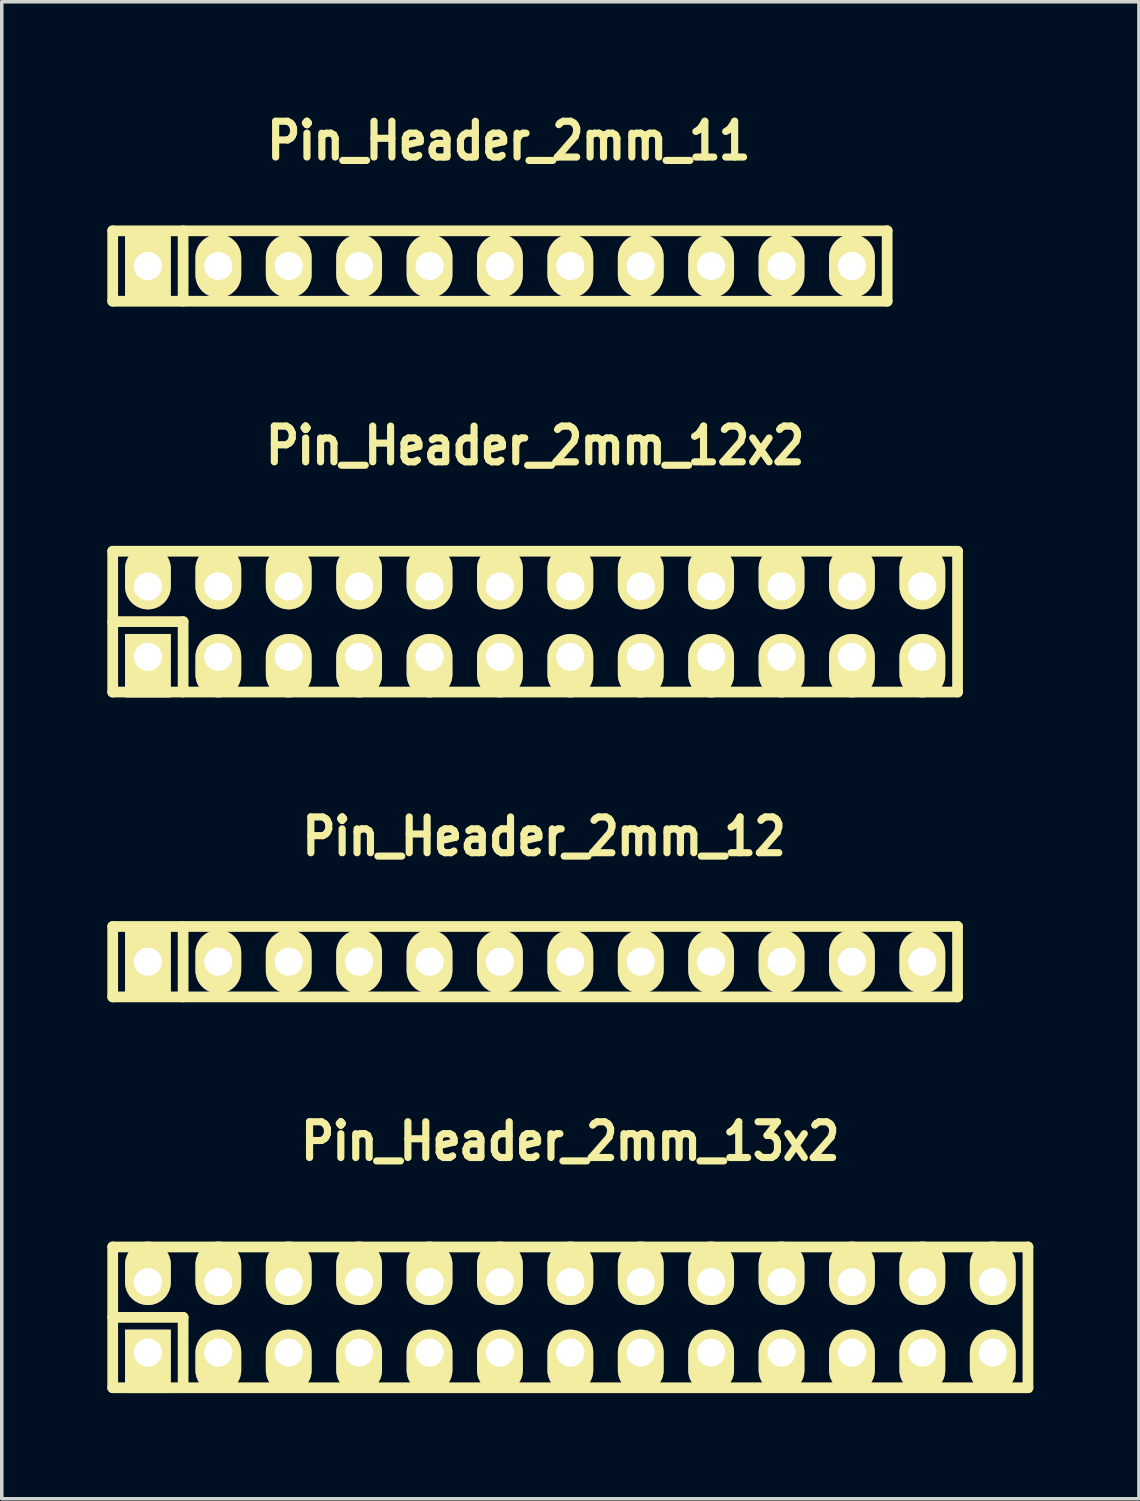
<source format=kicad_pcb>
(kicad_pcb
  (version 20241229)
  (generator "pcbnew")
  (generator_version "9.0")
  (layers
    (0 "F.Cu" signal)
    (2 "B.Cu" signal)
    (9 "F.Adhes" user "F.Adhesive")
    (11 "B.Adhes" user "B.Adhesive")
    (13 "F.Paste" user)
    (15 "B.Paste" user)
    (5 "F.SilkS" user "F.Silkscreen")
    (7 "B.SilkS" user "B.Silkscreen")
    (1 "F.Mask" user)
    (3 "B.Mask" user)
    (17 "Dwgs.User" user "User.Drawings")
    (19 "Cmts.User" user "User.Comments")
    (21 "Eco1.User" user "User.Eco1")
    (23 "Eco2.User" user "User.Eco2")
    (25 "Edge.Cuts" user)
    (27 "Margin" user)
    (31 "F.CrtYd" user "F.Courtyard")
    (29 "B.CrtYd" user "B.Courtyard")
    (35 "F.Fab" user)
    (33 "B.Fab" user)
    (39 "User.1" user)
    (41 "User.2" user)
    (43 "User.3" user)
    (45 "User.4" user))
  (footprint "Pin_Header_2mm_12x2"
    (layer "F.Cu")
    (at 12.152 14.61)
    (property "Reference" "Pin_Header_2mm_12x2" (at 0 -5 0) (layer "F.SilkS") (effects (font (size 1.016 0.889) (thickness 0.203))))
    (attr through_hole)
    (fp_line (start -12 -2) (end 12 -2) (stroke (width 0.305) (type solid)) (layer "F.SilkS"))
    (fp_line (start -12 0) (end -10 0) (stroke (width 0.305) (type solid)) (layer "F.SilkS"))
    (fp_line (start -12 2) (end -12 -2) (stroke (width 0.305) (type solid)) (layer "F.SilkS"))
    (fp_line (start -10 0) (end -10 2) (stroke (width 0.305) (type solid)) (layer "F.SilkS"))
    (fp_line (start 12 -2) (end 12 2) (stroke (width 0.305) (type solid)) (layer "F.SilkS"))
    (fp_line (start 12 2) (end -12 2) (stroke (width 0.305) (type solid)) (layer "F.SilkS"))
    (pad "1" thru_hole rect (at -11 1) (size 1.3 1.8) (drill 0.8 (offset 0 0.25)) (layers "*.Cu" "*.Mask" "F.SilkS"))
    (pad "2" thru_hole oval (at -11 -1) (size 1.3 1.8) (drill 0.8 (offset 0 -0.25)) (layers "*.Cu" "*.Mask" "F.SilkS"))
    (pad "3" thru_hole oval (at -9 1) (size 1.3 1.8) (drill 0.8 (offset 0 0.25)) (layers "*.Cu" "*.Mask" "F.SilkS"))
    (pad "4" thru_hole oval (at -9 -1) (size 1.3 1.8) (drill 0.8 (offset 0 -0.25)) (layers "*.Cu" "*.Mask" "F.SilkS"))
    (pad "5" thru_hole oval (at -7 1) (size 1.3 1.8) (drill 0.8 (offset 0 0.25)) (layers "*.Cu" "*.Mask" "F.SilkS"))
    (pad "6" thru_hole oval (at -7 -1) (size 1.3 1.8) (drill 0.8 (offset 0 -0.25)) (layers "*.Cu" "*.Mask" "F.SilkS"))
    (pad "7" thru_hole oval (at -5 1) (size 1.3 1.8) (drill 0.8 (offset 0 0.25)) (layers "*.Cu" "*.Mask" "F.SilkS"))
    (pad "8" thru_hole oval (at -5 -1) (size 1.3 1.8) (drill 0.8 (offset 0 -0.25)) (layers "*.Cu" "*.Mask" "F.SilkS"))
    (pad "9" thru_hole oval (at -3 1) (size 1.3 1.8) (drill 0.8 (offset 0 0.25)) (layers "*.Cu" "*.Mask" "F.SilkS"))
    (pad "10" thru_hole oval (at -3 -1) (size 1.3 1.8) (drill 0.8 (offset 0 -0.25)) (layers "*.Cu" "*.Mask" "F.SilkS"))
    (pad "11" thru_hole oval (at -1 1) (size 1.3 1.8) (drill 0.8 (offset 0 0.25)) (layers "*.Cu" "*.Mask" "F.SilkS"))
    (pad "12" thru_hole oval (at -1 -1) (size 1.3 1.8) (drill 0.8 (offset 0 -0.25)) (layers "*.Cu" "*.Mask" "F.SilkS"))
    (pad "13" thru_hole oval (at 1 1) (size 1.3 1.8) (drill 0.8 (offset 0 0.25)) (layers "*.Cu" "*.Mask" "F.SilkS"))
    (pad "14" thru_hole oval (at 1 -1) (size 1.3 1.8) (drill 0.8 (offset 0 -0.25)) (layers "*.Cu" "*.Mask" "F.SilkS"))
    (pad "15" thru_hole oval (at 3 1) (size 1.3 1.8) (drill 0.8 (offset 0 0.25)) (layers "*.Cu" "*.Mask" "F.SilkS"))
    (pad "16" thru_hole oval (at 3 -1) (size 1.3 1.8) (drill 0.8 (offset 0 -0.25)) (layers "*.Cu" "*.Mask" "F.SilkS"))
    (pad "17" thru_hole oval (at 5 1) (size 1.3 1.8) (drill 0.8 (offset 0 0.25)) (layers "*.Cu" "*.Mask" "F.SilkS"))
    (pad "18" thru_hole oval (at 5 -1) (size 1.3 1.8) (drill 0.8 (offset 0 -0.25)) (layers "*.Cu" "*.Mask" "F.SilkS"))
    (pad "19" thru_hole oval (at 7 1) (size 1.3 1.8) (drill 0.8 (offset 0 0.25)) (layers "*.Cu" "*.Mask" "F.SilkS"))
    (pad "20" thru_hole oval (at 7 -1) (size 1.3 1.8) (drill 0.8 (offset 0 -0.25)) (layers "*.Cu" "*.Mask" "F.SilkS"))
    (pad "21" thru_hole oval (at 9 1) (size 1.3 1.8) (drill 0.8 (offset 0 0.25)) (layers "*.Cu" "*.Mask" "F.SilkS"))
    (pad "22" thru_hole oval (at 9 -1) (size 1.3 1.8) (drill 0.8 (offset 0 -0.25)) (layers "*.Cu" "*.Mask" "F.SilkS"))
    (pad "23" thru_hole oval (at 11 1) (size 1.3 1.8) (drill 0.8 (offset 0 0.25)) (layers "*.Cu" "*.Mask" "F.SilkS"))
    (pad "24" thru_hole oval (at 11 -1) (size 1.3 1.8) (drill 0.8 (offset 0 -0.25)) (layers "*.Cu" "*.Mask" "F.SilkS")))
  (footprint "Pin_Header_2mm_12"
    (layer "F.Cu")
    (at 12.152 24.27)
    (property "Reference" "Pin_Header_2mm_12" (at 0.254 -3.556 0) (layer "F.SilkS") (effects (font (size 1.016 0.889) (thickness 0.203))))
    (attr through_hole)
    (fp_line (start -12 -1) (end 12 -1) (stroke (width 0.305) (type solid)) (layer "F.SilkS"))
    (fp_line (start -12 1) (end -12 -1) (stroke (width 0.305) (type solid)) (layer "F.SilkS"))
    (fp_line (start -10 -1) (end -10 1) (stroke (width 0.305) (type solid)) (layer "F.SilkS"))
    (fp_line (start 12 -1) (end 12 1) (stroke (width 0.305) (type solid)) (layer "F.SilkS"))
    (fp_line (start 12 1) (end -12 1) (stroke (width 0.305) (type solid)) (layer "F.SilkS"))
    (pad "1" thru_hole rect (at -11 0) (size 1.3 1.8) (drill 0.8) (layers "*.Cu" "*.Mask" "F.SilkS"))
    (pad "2" thru_hole oval (at -9 0) (size 1.3 1.8) (drill 0.8) (layers "*.Cu" "*.Mask" "F.SilkS"))
    (pad "3" thru_hole oval (at -7 0) (size 1.3 1.8) (drill 0.8) (layers "*.Cu" "*.Mask" "F.SilkS"))
    (pad "4" thru_hole oval (at -5 0) (size 1.3 1.8) (drill 0.8) (layers "*.Cu" "*.Mask" "F.SilkS"))
    (pad "5" thru_hole oval (at -3 0) (size 1.3 1.8) (drill 0.8) (layers "*.Cu" "*.Mask" "F.SilkS"))
    (pad "6" thru_hole oval (at -1 0) (size 1.3 1.8) (drill 0.8) (layers "*.Cu" "*.Mask" "F.SilkS"))
    (pad "7" thru_hole oval (at 1 0) (size 1.3 1.8) (drill 0.8) (layers "*.Cu" "*.Mask" "F.SilkS"))
    (pad "8" thru_hole oval (at 3 0) (size 1.3 1.8) (drill 0.8) (layers "*.Cu" "*.Mask" "F.SilkS"))
    (pad "9" thru_hole oval (at 5 0) (size 1.3 1.8) (drill 0.8) (layers "*.Cu" "*.Mask" "F.SilkS"))
    (pad "10" thru_hole oval (at 7 0) (size 1.3 1.8) (drill 0.8) (layers "*.Cu" "*.Mask" "F.SilkS"))
    (pad "11" thru_hole oval (at 9 0) (size 1.3 1.8) (drill 0.8) (layers "*.Cu" "*.Mask" "F.SilkS"))
    (pad "12" thru_hole oval (at 11 0) (size 1.3 1.8) (drill 0.8) (layers "*.Cu" "*.Mask" "F.SilkS")))
  (footprint "Pin_Header_2mm_11"
    (layer "F.Cu")
    (at 11.152 4.507)
    (property "Reference" "Pin_Header_2mm_11" (at 0.254 -3.556 0) (layer "F.SilkS") (effects (font (size 1.016 0.889) (thickness 0.203))))
    (attr through_hole)
    (fp_line (start -11 -1) (end 11 -1) (stroke (width 0.305) (type solid)) (layer "F.SilkS"))
    (fp_line (start -11 1) (end -11 -1) (stroke (width 0.305) (type solid)) (layer "F.SilkS"))
    (fp_line (start -9 -1) (end -9 1) (stroke (width 0.305) (type solid)) (layer "F.SilkS"))
    (fp_line (start 11 -1) (end 11 1) (stroke (width 0.305) (type solid)) (layer "F.SilkS"))
    (fp_line (start 11 1) (end -11 1) (stroke (width 0.305) (type solid)) (layer "F.SilkS"))
    (pad "1" thru_hole rect (at -10 0) (size 1.3 1.8) (drill 0.8) (layers "*.Cu" "*.Mask" "F.SilkS"))
    (pad "2" thru_hole oval (at -8 0) (size 1.3 1.8) (drill 0.8) (layers "*.Cu" "*.Mask" "F.SilkS"))
    (pad "3" thru_hole oval (at -6 0) (size 1.3 1.8) (drill 0.8) (layers "*.Cu" "*.Mask" "F.SilkS"))
    (pad "4" thru_hole oval (at -4 0) (size 1.3 1.8) (drill 0.8) (layers "*.Cu" "*.Mask" "F.SilkS"))
    (pad "5" thru_hole oval (at -2 0) (size 1.3 1.8) (drill 0.8) (layers "*.Cu" "*.Mask" "F.SilkS"))
    (pad "6" thru_hole oval (at 0 0) (size 1.3 1.8) (drill 0.8) (layers "*.Cu" "*.Mask" "F.SilkS"))
    (pad "7" thru_hole oval (at 2 0) (size 1.3 1.8) (drill 0.8) (layers "*.Cu" "*.Mask" "F.SilkS"))
    (pad "8" thru_hole oval (at 4 0) (size 1.3 1.8) (drill 0.8) (layers "*.Cu" "*.Mask" "F.SilkS"))
    (pad "9" thru_hole oval (at 6 0) (size 1.3 1.8) (drill 0.8) (layers "*.Cu" "*.Mask" "F.SilkS"))
    (pad "10" thru_hole oval (at 8 0) (size 1.3 1.8) (drill 0.8) (layers "*.Cu" "*.Mask" "F.SilkS"))
    (pad "11" thru_hole oval (at 10 0) (size 1.3 1.8) (drill 0.8) (layers "*.Cu" "*.Mask" "F.SilkS")))
  (footprint "Pin_Header_2mm_13x2"
    (layer "F.Cu")
    (at 13.152 34.373)
    (property "Reference" "Pin_Header_2mm_13x2" (at 0 -5 0) (layer "F.SilkS") (effects (font (size 1.016 0.889) (thickness 0.203))))
    (attr through_hole)
    (fp_line (start -13 -2) (end 13 -2) (stroke (width 0.305) (type solid)) (layer "F.SilkS"))
    (fp_line (start -13 0) (end -11 0) (stroke (width 0.305) (type solid)) (layer "F.SilkS"))
    (fp_line (start -13 2) (end -13 -2) (stroke (width 0.305) (type solid)) (layer "F.SilkS"))
    (fp_line (start -11 0) (end -11 2) (stroke (width 0.305) (type solid)) (layer "F.SilkS"))
    (fp_line (start 13 -2) (end 13 2) (stroke (width 0.305) (type solid)) (layer "F.SilkS"))
    (fp_line (start 13 2) (end -13 2) (stroke (width 0.305) (type solid)) (layer "F.SilkS"))
    (pad "1" thru_hole rect (at -12 1) (size 1.3 1.8) (drill 0.8 (offset 0 0.25)) (layers "*.Cu" "*.Mask" "F.SilkS"))
    (pad "2" thru_hole oval (at -12 -1) (size 1.3 1.8) (drill 0.8 (offset 0 -0.25)) (layers "*.Cu" "*.Mask" "F.SilkS"))
    (pad "3" thru_hole oval (at -10 1) (size 1.3 1.8) (drill 0.8 (offset 0 0.25)) (layers "*.Cu" "*.Mask" "F.SilkS"))
    (pad "4" thru_hole oval (at -10 -1) (size 1.3 1.8) (drill 0.8 (offset 0 -0.25)) (layers "*.Cu" "*.Mask" "F.SilkS"))
    (pad "5" thru_hole oval (at -8 1) (size 1.3 1.8) (drill 0.8 (offset 0 0.25)) (layers "*.Cu" "*.Mask" "F.SilkS"))
    (pad "6" thru_hole oval (at -8 -1) (size 1.3 1.8) (drill 0.8 (offset 0 -0.25)) (layers "*.Cu" "*.Mask" "F.SilkS"))
    (pad "7" thru_hole oval (at -6 1) (size 1.3 1.8) (drill 0.8 (offset 0 0.25)) (layers "*.Cu" "*.Mask" "F.SilkS"))
    (pad "8" thru_hole oval (at -6 -1) (size 1.3 1.8) (drill 0.8 (offset 0 -0.25)) (layers "*.Cu" "*.Mask" "F.SilkS"))
    (pad "9" thru_hole oval (at -4 1) (size 1.3 1.8) (drill 0.8 (offset 0 0.25)) (layers "*.Cu" "*.Mask" "F.SilkS"))
    (pad "10" thru_hole oval (at -4 -1) (size 1.3 1.8) (drill 0.8 (offset 0 -0.25)) (layers "*.Cu" "*.Mask" "F.SilkS"))
    (pad "11" thru_hole oval (at -2 1) (size 1.3 1.8) (drill 0.8 (offset 0 0.25)) (layers "*.Cu" "*.Mask" "F.SilkS"))
    (pad "12" thru_hole oval (at -2 -1) (size 1.3 1.8) (drill 0.8 (offset 0 -0.25)) (layers "*.Cu" "*.Mask" "F.SilkS"))
    (pad "13" thru_hole oval (at 0 1) (size 1.3 1.8) (drill 0.8 (offset 0 0.25)) (layers "*.Cu" "*.Mask" "F.SilkS"))
    (pad "14" thru_hole oval (at 0 -1) (size 1.3 1.8) (drill 0.8 (offset 0 -0.25)) (layers "*.Cu" "*.Mask" "F.SilkS"))
    (pad "15" thru_hole oval (at 2 1) (size 1.3 1.8) (drill 0.8 (offset 0 0.25)) (layers "*.Cu" "*.Mask" "F.SilkS"))
    (pad "16" thru_hole oval (at 2 -1) (size 1.3 1.8) (drill 0.8 (offset 0 -0.25)) (layers "*.Cu" "*.Mask" "F.SilkS"))
    (pad "17" thru_hole oval (at 4 1) (size 1.3 1.8) (drill 0.8 (offset 0 0.25)) (layers "*.Cu" "*.Mask" "F.SilkS"))
    (pad "18" thru_hole oval (at 4 -1) (size 1.3 1.8) (drill 0.8 (offset 0 -0.25)) (layers "*.Cu" "*.Mask" "F.SilkS"))
    (pad "19" thru_hole oval (at 6 1) (size 1.3 1.8) (drill 0.8 (offset 0 0.25)) (layers "*.Cu" "*.Mask" "F.SilkS"))
    (pad "20" thru_hole oval (at 6 -1) (size 1.3 1.8) (drill 0.8 (offset 0 -0.25)) (layers "*.Cu" "*.Mask" "F.SilkS"))
    (pad "21" thru_hole oval (at 8 1) (size 1.3 1.8) (drill 0.8 (offset 0 0.25)) (layers "*.Cu" "*.Mask" "F.SilkS"))
    (pad "22" thru_hole oval (at 8 -1) (size 1.3 1.8) (drill 0.8 (offset 0 -0.25)) (layers "*.Cu" "*.Mask" "F.SilkS"))
    (pad "23" thru_hole oval (at 10 1) (size 1.3 1.8) (drill 0.8 (offset 0 0.25)) (layers "*.Cu" "*.Mask" "F.SilkS"))
    (pad "24" thru_hole oval (at 10 -1) (size 1.3 1.8) (drill 0.8 (offset 0 -0.25)) (layers "*.Cu" "*.Mask" "F.SilkS"))
    (pad "25" thru_hole oval (at 12 1) (size 1.3 1.8) (drill 0.8 (offset 0 0.25)) (layers "*.Cu" "*.Mask" "F.SilkS"))
    (pad "26" thru_hole oval (at 12 -1) (size 1.3 1.8) (drill 0.8 (offset 0 -0.25)) (layers "*.Cu" "*.Mask" "F.SilkS")))
  (gr_rect
    (start -3 -3)
    (end 29.305 39.526)
    (stroke (width 0.1) (type default))
    (fill no)
    (layer "Edge.Cuts")))
</source>
